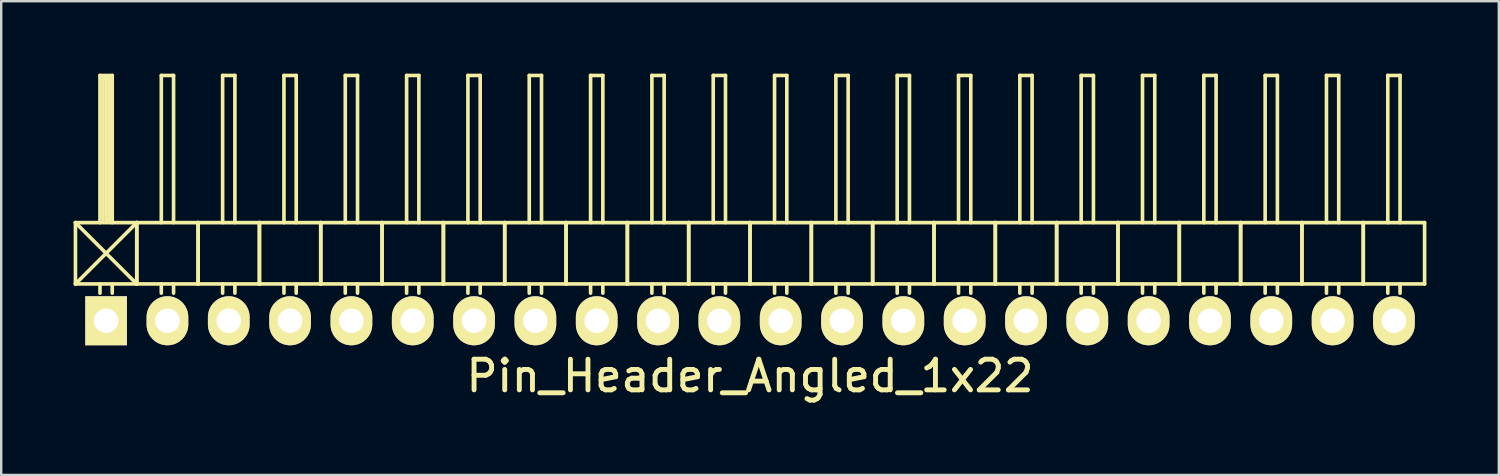
<source format=kicad_pcb>
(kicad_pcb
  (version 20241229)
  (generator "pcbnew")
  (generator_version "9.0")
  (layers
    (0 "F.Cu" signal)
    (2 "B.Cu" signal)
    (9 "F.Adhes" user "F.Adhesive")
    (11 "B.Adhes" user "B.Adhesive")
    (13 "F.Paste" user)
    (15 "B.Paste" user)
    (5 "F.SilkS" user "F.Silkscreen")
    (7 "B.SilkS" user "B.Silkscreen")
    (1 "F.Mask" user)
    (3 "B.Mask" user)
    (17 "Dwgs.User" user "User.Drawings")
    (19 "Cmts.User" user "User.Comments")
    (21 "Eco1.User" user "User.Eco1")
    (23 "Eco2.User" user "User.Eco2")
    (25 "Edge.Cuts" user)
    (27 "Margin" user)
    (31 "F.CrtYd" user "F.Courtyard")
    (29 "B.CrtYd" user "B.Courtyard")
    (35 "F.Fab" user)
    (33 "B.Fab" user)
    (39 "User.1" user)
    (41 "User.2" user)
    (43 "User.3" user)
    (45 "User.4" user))
  (footprint "Pin_Header_Angled_1x22"
    (layer "F.Cu")
    (at 28.015 10.235)
    (property "Reference" "Pin_Header_Angled_1x22" (at 0 2.286 0) (layer "F.SilkS") (effects (font (size 1.27 1.27) (thickness 0.203))))
    (attr through_hole)
    (fp_line (start -27.94 -4.064) (end -25.4 -1.524) (stroke (width 0.15) (type solid)) (layer "F.SilkS"))
    (fp_line (start -27.94 -1.524) (end -27.94 -4.064) (stroke (width 0.15) (type solid)) (layer "F.SilkS"))
    (fp_line (start -27.94 -1.524) (end -25.4 -1.524) (stroke (width 0.15) (type solid)) (layer "F.SilkS"))
    (fp_line (start -26.924 -10.16) (end -26.416 -10.16) (stroke (width 0.15) (type solid)) (layer "F.SilkS"))
    (fp_line (start -26.924 -4.064) (end -26.924 -10.16) (stroke (width 0.15) (type solid)) (layer "F.SilkS"))
    (fp_line (start -26.924 -1.524) (end -26.924 -1.143) (stroke (width 0.15) (type solid)) (layer "F.SilkS"))
    (fp_line (start -26.797 -10.033) (end -26.543 -10.033) (stroke (width 0.15) (type solid)) (layer "F.SilkS"))
    (fp_line (start -26.797 -4.191) (end -26.797 -10.033) (stroke (width 0.15) (type solid)) (layer "F.SilkS"))
    (fp_line (start -26.67 -4.191) (end -26.67 -10.033) (stroke (width 0.15) (type solid)) (layer "F.SilkS"))
    (fp_line (start -26.543 -10.033) (end -26.543 -4.191) (stroke (width 0.15) (type solid)) (layer "F.SilkS"))
    (fp_line (start -26.543 -4.191) (end -26.67 -4.191) (stroke (width 0.15) (type solid)) (layer "F.SilkS"))
    (fp_line (start -26.416 -10.16) (end -26.416 -4.064) (stroke (width 0.15) (type solid)) (layer "F.SilkS"))
    (fp_line (start -26.416 -1.524) (end -26.416 -1.143) (stroke (width 0.15) (type solid)) (layer "F.SilkS"))
    (fp_line (start -25.4 -4.064) (end -27.94 -4.064) (stroke (width 0.15) (type solid)) (layer "F.SilkS"))
    (fp_line (start -25.4 -4.064) (end -27.94 -1.524) (stroke (width 0.15) (type solid)) (layer "F.SilkS"))
    (fp_line (start -25.4 -1.524) (end -25.4 -4.064) (stroke (width 0.15) (type solid)) (layer "F.SilkS"))
    (fp_line (start -25.4 -1.524) (end -25.4 -4.064) (stroke (width 0.15) (type solid)) (layer "F.SilkS"))
    (fp_line (start -25.4 -1.524) (end -22.86 -1.524) (stroke (width 0.15) (type solid)) (layer "F.SilkS"))
    (fp_line (start -24.384 -10.16) (end -23.876 -10.16) (stroke (width 0.15) (type solid)) (layer "F.SilkS"))
    (fp_line (start -24.384 -4.064) (end -24.384 -10.16) (stroke (width 0.15) (type solid)) (layer "F.SilkS"))
    (fp_line (start -24.384 -1.524) (end -24.384 -1.143) (stroke (width 0.15) (type solid)) (layer "F.SilkS"))
    (fp_line (start -23.876 -10.16) (end -23.876 -4.064) (stroke (width 0.15) (type solid)) (layer "F.SilkS"))
    (fp_line (start -23.876 -1.524) (end -23.876 -1.143) (stroke (width 0.15) (type solid)) (layer "F.SilkS"))
    (fp_line (start -22.86 -4.064) (end -25.4 -4.064) (stroke (width 0.15) (type solid)) (layer "F.SilkS"))
    (fp_line (start -22.86 -1.524) (end -22.86 -4.064) (stroke (width 0.15) (type solid)) (layer "F.SilkS"))
    (fp_line (start -22.86 -1.524) (end -22.86 -4.064) (stroke (width 0.15) (type solid)) (layer "F.SilkS"))
    (fp_line (start -22.86 -1.524) (end -20.32 -1.524) (stroke (width 0.15) (type solid)) (layer "F.SilkS"))
    (fp_line (start -21.844 -10.16) (end -21.336 -10.16) (stroke (width 0.15) (type solid)) (layer "F.SilkS"))
    (fp_line (start -21.844 -4.064) (end -21.844 -10.16) (stroke (width 0.15) (type solid)) (layer "F.SilkS"))
    (fp_line (start -21.844 -1.524) (end -21.844 -1.143) (stroke (width 0.15) (type solid)) (layer "F.SilkS"))
    (fp_line (start -21.336 -10.16) (end -21.336 -4.064) (stroke (width 0.15) (type solid)) (layer "F.SilkS"))
    (fp_line (start -21.336 -1.524) (end -21.336 -1.143) (stroke (width 0.15) (type solid)) (layer "F.SilkS"))
    (fp_line (start -20.32 -4.064) (end -22.86 -4.064) (stroke (width 0.15) (type solid)) (layer "F.SilkS"))
    (fp_line (start -20.32 -1.524) (end -20.32 -4.064) (stroke (width 0.15) (type solid)) (layer "F.SilkS"))
    (fp_line (start -20.32 -1.524) (end -20.32 -4.064) (stroke (width 0.15) (type solid)) (layer "F.SilkS"))
    (fp_line (start -20.32 -1.524) (end -17.78 -1.524) (stroke (width 0.15) (type solid)) (layer "F.SilkS"))
    (fp_line (start -19.304 -10.16) (end -18.796 -10.16) (stroke (width 0.15) (type solid)) (layer "F.SilkS"))
    (fp_line (start -19.304 -4.064) (end -19.304 -10.16) (stroke (width 0.15) (type solid)) (layer "F.SilkS"))
    (fp_line (start -19.304 -1.524) (end -19.304 -1.143) (stroke (width 0.15) (type solid)) (layer "F.SilkS"))
    (fp_line (start -18.796 -10.16) (end -18.796 -4.064) (stroke (width 0.15) (type solid)) (layer "F.SilkS"))
    (fp_line (start -18.796 -1.524) (end -18.796 -1.143) (stroke (width 0.15) (type solid)) (layer "F.SilkS"))
    (fp_line (start -17.78 -4.064) (end -20.32 -4.064) (stroke (width 0.15) (type solid)) (layer "F.SilkS"))
    (fp_line (start -17.78 -1.524) (end -17.78 -4.064) (stroke (width 0.15) (type solid)) (layer "F.SilkS"))
    (fp_line (start -17.78 -1.524) (end -17.78 -4.064) (stroke (width 0.15) (type solid)) (layer "F.SilkS"))
    (fp_line (start -17.78 -1.524) (end -15.24 -1.524) (stroke (width 0.15) (type solid)) (layer "F.SilkS"))
    (fp_line (start -16.764 -10.16) (end -16.256 -10.16) (stroke (width 0.15) (type solid)) (layer "F.SilkS"))
    (fp_line (start -16.764 -4.064) (end -16.764 -10.16) (stroke (width 0.15) (type solid)) (layer "F.SilkS"))
    (fp_line (start -16.764 -1.524) (end -16.764 -1.143) (stroke (width 0.15) (type solid)) (layer "F.SilkS"))
    (fp_line (start -16.256 -10.16) (end -16.256 -4.064) (stroke (width 0.15) (type solid)) (layer "F.SilkS"))
    (fp_line (start -16.256 -1.524) (end -16.256 -1.143) (stroke (width 0.15) (type solid)) (layer "F.SilkS"))
    (fp_line (start -15.24 -4.064) (end -17.78 -4.064) (stroke (width 0.15) (type solid)) (layer "F.SilkS"))
    (fp_line (start -15.24 -1.524) (end -15.24 -4.064) (stroke (width 0.15) (type solid)) (layer "F.SilkS"))
    (fp_line (start -15.24 -1.524) (end -15.24 -4.064) (stroke (width 0.15) (type solid)) (layer "F.SilkS"))
    (fp_line (start -15.24 -1.524) (end -12.7 -1.524) (stroke (width 0.15) (type solid)) (layer "F.SilkS"))
    (fp_line (start -14.224 -10.16) (end -13.716 -10.16) (stroke (width 0.15) (type solid)) (layer "F.SilkS"))
    (fp_line (start -14.224 -4.064) (end -14.224 -10.16) (stroke (width 0.15) (type solid)) (layer "F.SilkS"))
    (fp_line (start -14.224 -1.524) (end -14.224 -1.143) (stroke (width 0.15) (type solid)) (layer "F.SilkS"))
    (fp_line (start -13.716 -10.16) (end -13.716 -4.064) (stroke (width 0.15) (type solid)) (layer "F.SilkS"))
    (fp_line (start -13.716 -1.524) (end -13.716 -1.143) (stroke (width 0.15) (type solid)) (layer "F.SilkS"))
    (fp_line (start -12.7 -4.064) (end -15.24 -4.064) (stroke (width 0.15) (type solid)) (layer "F.SilkS"))
    (fp_line (start -12.7 -1.524) (end -12.7 -4.064) (stroke (width 0.15) (type solid)) (layer "F.SilkS"))
    (fp_line (start -12.7 -1.524) (end -12.7 -4.064) (stroke (width 0.15) (type solid)) (layer "F.SilkS"))
    (fp_line (start -12.7 -1.524) (end -10.16 -1.524) (stroke (width 0.15) (type solid)) (layer "F.SilkS"))
    (fp_line (start -11.684 -10.16) (end -11.176 -10.16) (stroke (width 0.15) (type solid)) (layer "F.SilkS"))
    (fp_line (start -11.684 -4.064) (end -11.684 -10.16) (stroke (width 0.15) (type solid)) (layer "F.SilkS"))
    (fp_line (start -11.684 -1.524) (end -11.684 -1.143) (stroke (width 0.15) (type solid)) (layer "F.SilkS"))
    (fp_line (start -11.176 -10.16) (end -11.176 -4.064) (stroke (width 0.15) (type solid)) (layer "F.SilkS"))
    (fp_line (start -11.176 -1.524) (end -11.176 -1.143) (stroke (width 0.15) (type solid)) (layer "F.SilkS"))
    (fp_line (start -10.16 -4.064) (end -12.7 -4.064) (stroke (width 0.15) (type solid)) (layer "F.SilkS"))
    (fp_line (start -10.16 -1.524) (end -10.16 -4.064) (stroke (width 0.15) (type solid)) (layer "F.SilkS"))
    (fp_line (start -10.16 -1.524) (end -10.16 -4.064) (stroke (width 0.15) (type solid)) (layer "F.SilkS"))
    (fp_line (start -10.16 -1.524) (end -7.62 -1.524) (stroke (width 0.15) (type solid)) (layer "F.SilkS"))
    (fp_line (start -9.144 -10.16) (end -8.636 -10.16) (stroke (width 0.15) (type solid)) (layer "F.SilkS"))
    (fp_line (start -9.144 -4.064) (end -9.144 -10.16) (stroke (width 0.15) (type solid)) (layer "F.SilkS"))
    (fp_line (start -9.144 -1.524) (end -9.144 -1.143) (stroke (width 0.15) (type solid)) (layer "F.SilkS"))
    (fp_line (start -8.636 -10.16) (end -8.636 -4.064) (stroke (width 0.15) (type solid)) (layer "F.SilkS"))
    (fp_line (start -8.636 -1.524) (end -8.636 -1.143) (stroke (width 0.15) (type solid)) (layer "F.SilkS"))
    (fp_line (start -7.62 -4.064) (end -10.16 -4.064) (stroke (width 0.15) (type solid)) (layer "F.SilkS"))
    (fp_line (start -7.62 -1.524) (end -7.62 -4.064) (stroke (width 0.15) (type solid)) (layer "F.SilkS"))
    (fp_line (start -7.62 -1.524) (end -7.62 -4.064) (stroke (width 0.15) (type solid)) (layer "F.SilkS"))
    (fp_line (start -7.62 -1.524) (end -5.08 -1.524) (stroke (width 0.15) (type solid)) (layer "F.SilkS"))
    (fp_line (start -6.604 -10.16) (end -6.096 -10.16) (stroke (width 0.15) (type solid)) (layer "F.SilkS"))
    (fp_line (start -6.604 -4.064) (end -6.604 -10.16) (stroke (width 0.15) (type solid)) (layer "F.SilkS"))
    (fp_line (start -6.604 -1.524) (end -6.604 -1.143) (stroke (width 0.15) (type solid)) (layer "F.SilkS"))
    (fp_line (start -6.096 -10.16) (end -6.096 -4.064) (stroke (width 0.15) (type solid)) (layer "F.SilkS"))
    (fp_line (start -6.096 -1.524) (end -6.096 -1.143) (stroke (width 0.15) (type solid)) (layer "F.SilkS"))
    (fp_line (start -5.08 -4.064) (end -7.62 -4.064) (stroke (width 0.15) (type solid)) (layer "F.SilkS"))
    (fp_line (start -5.08 -1.524) (end -5.08 -4.064) (stroke (width 0.15) (type solid)) (layer "F.SilkS"))
    (fp_line (start -5.08 -1.524) (end -5.08 -4.064) (stroke (width 0.15) (type solid)) (layer "F.SilkS"))
    (fp_line (start -5.08 -1.524) (end -2.54 -1.524) (stroke (width 0.15) (type solid)) (layer "F.SilkS"))
    (fp_line (start -4.064 -10.16) (end -3.556 -10.16) (stroke (width 0.15) (type solid)) (layer "F.SilkS"))
    (fp_line (start -4.064 -4.064) (end -4.064 -10.16) (stroke (width 0.15) (type solid)) (layer "F.SilkS"))
    (fp_line (start -4.064 -1.524) (end -4.064 -1.143) (stroke (width 0.15) (type solid)) (layer "F.SilkS"))
    (fp_line (start -3.556 -10.16) (end -3.556 -4.064) (stroke (width 0.15) (type solid)) (layer "F.SilkS"))
    (fp_line (start -3.556 -1.524) (end -3.556 -1.143) (stroke (width 0.15) (type solid)) (layer "F.SilkS"))
    (fp_line (start -2.54 -4.064) (end -5.08 -4.064) (stroke (width 0.15) (type solid)) (layer "F.SilkS"))
    (fp_line (start -2.54 -1.524) (end -2.54 -4.064) (stroke (width 0.15) (type solid)) (layer "F.SilkS"))
    (fp_line (start -2.54 -1.524) (end -2.54 -4.064) (stroke (width 0.15) (type solid)) (layer "F.SilkS"))
    (fp_line (start -2.54 -1.524) (end 0 -1.524) (stroke (width 0.15) (type solid)) (layer "F.SilkS"))
    (fp_line (start -1.524 -10.16) (end -1.016 -10.16) (stroke (width 0.15) (type solid)) (layer "F.SilkS"))
    (fp_line (start -1.524 -4.064) (end -1.524 -10.16) (stroke (width 0.15) (type solid)) (layer "F.SilkS"))
    (fp_line (start -1.524 -1.524) (end -1.524 -1.143) (stroke (width 0.15) (type solid)) (layer "F.SilkS"))
    (fp_line (start -1.016 -10.16) (end -1.016 -4.064) (stroke (width 0.15) (type solid)) (layer "F.SilkS"))
    (fp_line (start -1.016 -1.524) (end -1.016 -1.143) (stroke (width 0.15) (type solid)) (layer "F.SilkS"))
    (fp_line (start 0 -4.064) (end -2.54 -4.064) (stroke (width 0.15) (type solid)) (layer "F.SilkS"))
    (fp_line (start 0 -1.524) (end 0 -4.064) (stroke (width 0.15) (type solid)) (layer "F.SilkS"))
    (fp_line (start 0 -1.524) (end 0 -4.064) (stroke (width 0.15) (type solid)) (layer "F.SilkS"))
    (fp_line (start 0 -1.524) (end 2.54 -1.524) (stroke (width 0.15) (type solid)) (layer "F.SilkS"))
    (fp_line (start 1.016 -10.16) (end 1.524 -10.16) (stroke (width 0.15) (type solid)) (layer "F.SilkS"))
    (fp_line (start 1.016 -4.064) (end 1.016 -10.16) (stroke (width 0.15) (type solid)) (layer "F.SilkS"))
    (fp_line (start 1.016 -1.524) (end 1.016 -1.143) (stroke (width 0.15) (type solid)) (layer "F.SilkS"))
    (fp_line (start 1.524 -10.16) (end 1.524 -4.064) (stroke (width 0.15) (type solid)) (layer "F.SilkS"))
    (fp_line (start 1.524 -1.524) (end 1.524 -1.143) (stroke (width 0.15) (type solid)) (layer "F.SilkS"))
    (fp_line (start 2.54 -4.064) (end 0 -4.064) (stroke (width 0.15) (type solid)) (layer "F.SilkS"))
    (fp_line (start 2.54 -1.524) (end 2.54 -4.064) (stroke (width 0.15) (type solid)) (layer "F.SilkS"))
    (fp_line (start 2.54 -1.524) (end 2.54 -4.064) (stroke (width 0.15) (type solid)) (layer "F.SilkS"))
    (fp_line (start 2.54 -1.524) (end 5.08 -1.524) (stroke (width 0.15) (type solid)) (layer "F.SilkS"))
    (fp_line (start 3.556 -10.16) (end 4.064 -10.16) (stroke (width 0.15) (type solid)) (layer "F.SilkS"))
    (fp_line (start 3.556 -4.064) (end 3.556 -10.16) (stroke (width 0.15) (type solid)) (layer "F.SilkS"))
    (fp_line (start 3.556 -1.524) (end 3.556 -1.143) (stroke (width 0.15) (type solid)) (layer "F.SilkS"))
    (fp_line (start 4.064 -10.16) (end 4.064 -4.064) (stroke (width 0.15) (type solid)) (layer "F.SilkS"))
    (fp_line (start 4.064 -1.524) (end 4.064 -1.143) (stroke (width 0.15) (type solid)) (layer "F.SilkS"))
    (fp_line (start 5.08 -4.064) (end 2.54 -4.064) (stroke (width 0.15) (type solid)) (layer "F.SilkS"))
    (fp_line (start 5.08 -1.524) (end 5.08 -4.064) (stroke (width 0.15) (type solid)) (layer "F.SilkS"))
    (fp_line (start 5.08 -1.524) (end 5.08 -4.064) (stroke (width 0.15) (type solid)) (layer "F.SilkS"))
    (fp_line (start 5.08 -1.524) (end 7.62 -1.524) (stroke (width 0.15) (type solid)) (layer "F.SilkS"))
    (fp_line (start 6.096 -10.16) (end 6.604 -10.16) (stroke (width 0.15) (type solid)) (layer "F.SilkS"))
    (fp_line (start 6.096 -4.064) (end 6.096 -10.16) (stroke (width 0.15) (type solid)) (layer "F.SilkS"))
    (fp_line (start 6.096 -1.524) (end 6.096 -1.143) (stroke (width 0.15) (type solid)) (layer "F.SilkS"))
    (fp_line (start 6.604 -10.16) (end 6.604 -4.064) (stroke (width 0.15) (type solid)) (layer "F.SilkS"))
    (fp_line (start 6.604 -1.524) (end 6.604 -1.143) (stroke (width 0.15) (type solid)) (layer "F.SilkS"))
    (fp_line (start 7.62 -4.064) (end 5.08 -4.064) (stroke (width 0.15) (type solid)) (layer "F.SilkS"))
    (fp_line (start 7.62 -1.524) (end 7.62 -4.064) (stroke (width 0.15) (type solid)) (layer "F.SilkS"))
    (fp_line (start 7.62 -1.524) (end 7.62 -4.064) (stroke (width 0.15) (type solid)) (layer "F.SilkS"))
    (fp_line (start 7.62 -1.524) (end 10.16 -1.524) (stroke (width 0.15) (type solid)) (layer "F.SilkS"))
    (fp_line (start 8.636 -10.16) (end 9.144 -10.16) (stroke (width 0.15) (type solid)) (layer "F.SilkS"))
    (fp_line (start 8.636 -4.064) (end 8.636 -10.16) (stroke (width 0.15) (type solid)) (layer "F.SilkS"))
    (fp_line (start 8.636 -1.524) (end 8.636 -1.143) (stroke (width 0.15) (type solid)) (layer "F.SilkS"))
    (fp_line (start 9.144 -10.16) (end 9.144 -4.064) (stroke (width 0.15) (type solid)) (layer "F.SilkS"))
    (fp_line (start 9.144 -1.524) (end 9.144 -1.143) (stroke (width 0.15) (type solid)) (layer "F.SilkS"))
    (fp_line (start 10.16 -4.064) (end 7.62 -4.064) (stroke (width 0.15) (type solid)) (layer "F.SilkS"))
    (fp_line (start 10.16 -1.524) (end 10.16 -4.064) (stroke (width 0.15) (type solid)) (layer "F.SilkS"))
    (fp_line (start 10.16 -1.524) (end 10.16 -4.064) (stroke (width 0.15) (type solid)) (layer "F.SilkS"))
    (fp_line (start 10.16 -1.524) (end 12.7 -1.524) (stroke (width 0.15) (type solid)) (layer "F.SilkS"))
    (fp_line (start 11.176 -10.16) (end 11.684 -10.16) (stroke (width 0.15) (type solid)) (layer "F.SilkS"))
    (fp_line (start 11.176 -4.064) (end 11.176 -10.16) (stroke (width 0.15) (type solid)) (layer "F.SilkS"))
    (fp_line (start 11.176 -1.524) (end 11.176 -1.143) (stroke (width 0.15) (type solid)) (layer "F.SilkS"))
    (fp_line (start 11.684 -10.16) (end 11.684 -4.064) (stroke (width 0.15) (type solid)) (layer "F.SilkS"))
    (fp_line (start 11.684 -1.524) (end 11.684 -1.143) (stroke (width 0.15) (type solid)) (layer "F.SilkS"))
    (fp_line (start 12.7 -4.064) (end 10.16 -4.064) (stroke (width 0.15) (type solid)) (layer "F.SilkS"))
    (fp_line (start 12.7 -1.524) (end 12.7 -4.064) (stroke (width 0.15) (type solid)) (layer "F.SilkS"))
    (fp_line (start 12.7 -1.524) (end 12.7 -4.064) (stroke (width 0.15) (type solid)) (layer "F.SilkS"))
    (fp_line (start 12.7 -1.524) (end 15.24 -1.524) (stroke (width 0.15) (type solid)) (layer "F.SilkS"))
    (fp_line (start 13.716 -10.16) (end 14.224 -10.16) (stroke (width 0.15) (type solid)) (layer "F.SilkS"))
    (fp_line (start 13.716 -4.064) (end 13.716 -10.16) (stroke (width 0.15) (type solid)) (layer "F.SilkS"))
    (fp_line (start 13.716 -1.524) (end 13.716 -1.143) (stroke (width 0.15) (type solid)) (layer "F.SilkS"))
    (fp_line (start 14.224 -10.16) (end 14.224 -4.064) (stroke (width 0.15) (type solid)) (layer "F.SilkS"))
    (fp_line (start 14.224 -1.524) (end 14.224 -1.143) (stroke (width 0.15) (type solid)) (layer "F.SilkS"))
    (fp_line (start 15.24 -4.064) (end 12.7 -4.064) (stroke (width 0.15) (type solid)) (layer "F.SilkS"))
    (fp_line (start 15.24 -1.524) (end 15.24 -4.064) (stroke (width 0.15) (type solid)) (layer "F.SilkS"))
    (fp_line (start 15.24 -1.524) (end 15.24 -4.064) (stroke (width 0.15) (type solid)) (layer "F.SilkS"))
    (fp_line (start 15.24 -1.524) (end 17.78 -1.524) (stroke (width 0.15) (type solid)) (layer "F.SilkS"))
    (fp_line (start 16.256 -10.16) (end 16.764 -10.16) (stroke (width 0.15) (type solid)) (layer "F.SilkS"))
    (fp_line (start 16.256 -4.064) (end 16.256 -10.16) (stroke (width 0.15) (type solid)) (layer "F.SilkS"))
    (fp_line (start 16.256 -1.524) (end 16.256 -1.143) (stroke (width 0.15) (type solid)) (layer "F.SilkS"))
    (fp_line (start 16.764 -10.16) (end 16.764 -4.064) (stroke (width 0.15) (type solid)) (layer "F.SilkS"))
    (fp_line (start 16.764 -1.524) (end 16.764 -1.143) (stroke (width 0.15) (type solid)) (layer "F.SilkS"))
    (fp_line (start 17.78 -4.064) (end 15.24 -4.064) (stroke (width 0.15) (type solid)) (layer "F.SilkS"))
    (fp_line (start 17.78 -1.524) (end 17.78 -4.064) (stroke (width 0.15) (type solid)) (layer "F.SilkS"))
    (fp_line (start 17.78 -1.524) (end 17.78 -4.064) (stroke (width 0.15) (type solid)) (layer "F.SilkS"))
    (fp_line (start 17.78 -1.524) (end 20.32 -1.524) (stroke (width 0.15) (type solid)) (layer "F.SilkS"))
    (fp_line (start 18.796 -10.16) (end 19.304 -10.16) (stroke (width 0.15) (type solid)) (layer "F.SilkS"))
    (fp_line (start 18.796 -4.064) (end 18.796 -10.16) (stroke (width 0.15) (type solid)) (layer "F.SilkS"))
    (fp_line (start 18.796 -1.524) (end 18.796 -1.143) (stroke (width 0.15) (type solid)) (layer "F.SilkS"))
    (fp_line (start 19.304 -10.16) (end 19.304 -4.064) (stroke (width 0.15) (type solid)) (layer "F.SilkS"))
    (fp_line (start 19.304 -1.524) (end 19.304 -1.143) (stroke (width 0.15) (type solid)) (layer "F.SilkS"))
    (fp_line (start 20.32 -4.064) (end 17.78 -4.064) (stroke (width 0.15) (type solid)) (layer "F.SilkS"))
    (fp_line (start 20.32 -1.524) (end 20.32 -4.064) (stroke (width 0.15) (type solid)) (layer "F.SilkS"))
    (fp_line (start 20.32 -1.524) (end 20.32 -4.064) (stroke (width 0.15) (type solid)) (layer "F.SilkS"))
    (fp_line (start 20.32 -1.524) (end 22.86 -1.524) (stroke (width 0.15) (type solid)) (layer "F.SilkS"))
    (fp_line (start 21.336 -10.16) (end 21.844 -10.16) (stroke (width 0.15) (type solid)) (layer "F.SilkS"))
    (fp_line (start 21.336 -4.064) (end 21.336 -10.16) (stroke (width 0.15) (type solid)) (layer "F.SilkS"))
    (fp_line (start 21.336 -1.524) (end 21.336 -1.143) (stroke (width 0.15) (type solid)) (layer "F.SilkS"))
    (fp_line (start 21.844 -10.16) (end 21.844 -4.064) (stroke (width 0.15) (type solid)) (layer "F.SilkS"))
    (fp_line (start 21.844 -1.524) (end 21.844 -1.143) (stroke (width 0.15) (type solid)) (layer "F.SilkS"))
    (fp_line (start 22.86 -4.064) (end 20.32 -4.064) (stroke (width 0.15) (type solid)) (layer "F.SilkS"))
    (fp_line (start 22.86 -1.524) (end 22.86 -4.064) (stroke (width 0.15) (type solid)) (layer "F.SilkS"))
    (fp_line (start 22.86 -1.524) (end 22.86 -4.064) (stroke (width 0.15) (type solid)) (layer "F.SilkS"))
    (fp_line (start 22.86 -1.524) (end 25.4 -1.524) (stroke (width 0.15) (type solid)) (layer "F.SilkS"))
    (fp_line (start 23.876 -10.16) (end 24.384 -10.16) (stroke (width 0.15) (type solid)) (layer "F.SilkS"))
    (fp_line (start 23.876 -4.064) (end 23.876 -10.16) (stroke (width 0.15) (type solid)) (layer "F.SilkS"))
    (fp_line (start 23.876 -1.524) (end 23.876 -1.143) (stroke (width 0.15) (type solid)) (layer "F.SilkS"))
    (fp_line (start 24.384 -10.16) (end 24.384 -4.064) (stroke (width 0.15) (type solid)) (layer "F.SilkS"))
    (fp_line (start 24.384 -1.524) (end 24.384 -1.143) (stroke (width 0.15) (type solid)) (layer "F.SilkS"))
    (fp_line (start 25.4 -4.064) (end 22.86 -4.064) (stroke (width 0.15) (type solid)) (layer "F.SilkS"))
    (fp_line (start 25.4 -1.524) (end 25.4 -4.064) (stroke (width 0.15) (type solid)) (layer "F.SilkS"))
    (fp_line (start 25.4 -1.524) (end 25.4 -4.064) (stroke (width 0.15) (type solid)) (layer "F.SilkS"))
    (fp_line (start 25.4 -1.524) (end 27.94 -1.524) (stroke (width 0.15) (type solid)) (layer "F.SilkS"))
    (fp_line (start 26.416 -10.16) (end 26.924 -10.16) (stroke (width 0.15) (type solid)) (layer "F.SilkS"))
    (fp_line (start 26.416 -4.064) (end 26.416 -10.16) (stroke (width 0.15) (type solid)) (layer "F.SilkS"))
    (fp_line (start 26.416 -1.524) (end 26.416 -1.143) (stroke (width 0.15) (type solid)) (layer "F.SilkS"))
    (fp_line (start 26.924 -10.16) (end 26.924 -4.064) (stroke (width 0.15) (type solid)) (layer "F.SilkS"))
    (fp_line (start 26.924 -1.524) (end 26.924 -1.143) (stroke (width 0.15) (type solid)) (layer "F.SilkS"))
    (fp_line (start 27.94 -4.064) (end 25.4 -4.064) (stroke (width 0.15) (type solid)) (layer "F.SilkS"))
    (fp_line (start 27.94 -1.524) (end 27.94 -4.064) (stroke (width 0.15) (type solid)) (layer "F.SilkS"))
    (pad "1" thru_hole rect (at -26.67 0) (size 1.727 2.032) (drill 1.016) (layers "*.Cu" "*.Mask" "F.SilkS"))
    (pad "2" thru_hole oval (at -24.13 0) (size 1.727 2.032) (drill 1.016) (layers "*.Cu" "*.Mask" "F.SilkS"))
    (pad "3" thru_hole oval (at -21.59 0) (size 1.727 2.032) (drill 1.016) (layers "*.Cu" "*.Mask" "F.SilkS"))
    (pad "4" thru_hole oval (at -19.05 0) (size 1.727 2.032) (drill 1.016) (layers "*.Cu" "*.Mask" "F.SilkS"))
    (pad "5" thru_hole oval (at -16.51 0) (size 1.727 2.032) (drill 1.016) (layers "*.Cu" "*.Mask" "F.SilkS"))
    (pad "6" thru_hole oval (at -13.97 0) (size 1.727 2.032) (drill 1.016) (layers "*.Cu" "*.Mask" "F.SilkS"))
    (pad "7" thru_hole oval (at -11.43 0) (size 1.727 2.032) (drill 1.016) (layers "*.Cu" "*.Mask" "F.SilkS"))
    (pad "8" thru_hole oval (at -8.89 0) (size 1.727 2.032) (drill 1.016) (layers "*.Cu" "*.Mask" "F.SilkS"))
    (pad "9" thru_hole oval (at -6.35 0) (size 1.727 2.032) (drill 1.016) (layers "*.Cu" "*.Mask" "F.SilkS"))
    (pad "10" thru_hole oval (at -3.81 0) (size 1.727 2.032) (drill 1.016) (layers "*.Cu" "*.Mask" "F.SilkS"))
    (pad "11" thru_hole oval (at -1.27 0) (size 1.727 2.032) (drill 1.016) (layers "*.Cu" "*.Mask" "F.SilkS"))
    (pad "12" thru_hole oval (at 1.27 0) (size 1.727 2.032) (drill 1.016) (layers "*.Cu" "*.Mask" "F.SilkS"))
    (pad "13" thru_hole oval (at 3.81 0) (size 1.727 2.032) (drill 1.016) (layers "*.Cu" "*.Mask" "F.SilkS"))
    (pad "14" thru_hole oval (at 6.35 0) (size 1.727 2.032) (drill 1.016) (layers "*.Cu" "*.Mask" "F.SilkS"))
    (pad "15" thru_hole oval (at 8.89 0) (size 1.727 2.032) (drill 1.016) (layers "*.Cu" "*.Mask" "F.SilkS"))
    (pad "16" thru_hole oval (at 11.43 0) (size 1.727 2.032) (drill 1.016) (layers "*.Cu" "*.Mask" "F.SilkS"))
    (pad "17" thru_hole oval (at 13.97 0) (size 1.727 2.032) (drill 1.016) (layers "*.Cu" "*.Mask" "F.SilkS"))
    (pad "18" thru_hole oval (at 16.51 0) (size 1.727 2.032) (drill 1.016) (layers "*.Cu" "*.Mask" "F.SilkS"))
    (pad "19" thru_hole oval (at 19.05 0) (size 1.727 2.032) (drill 1.016) (layers "*.Cu" "*.Mask" "F.SilkS"))
    (pad "20" thru_hole oval (at 21.59 0) (size 1.727 2.032) (drill 1.016) (layers "*.Cu" "*.Mask" "F.SilkS"))
    (pad "21" thru_hole oval (at 24.13 0) (size 1.727 2.032) (drill 1.016) (layers "*.Cu" "*.Mask" "F.SilkS"))
    (pad "22" thru_hole oval (at 26.67 0) (size 1.727 2.032) (drill 1.016) (layers "*.Cu" "*.Mask" "F.SilkS")))
  (gr_rect
    (start -3 -3)
    (end 59.03 16.621)
    (stroke (width 0.1) (type default))
    (fill no)
    (layer "Edge.Cuts")))
</source>
